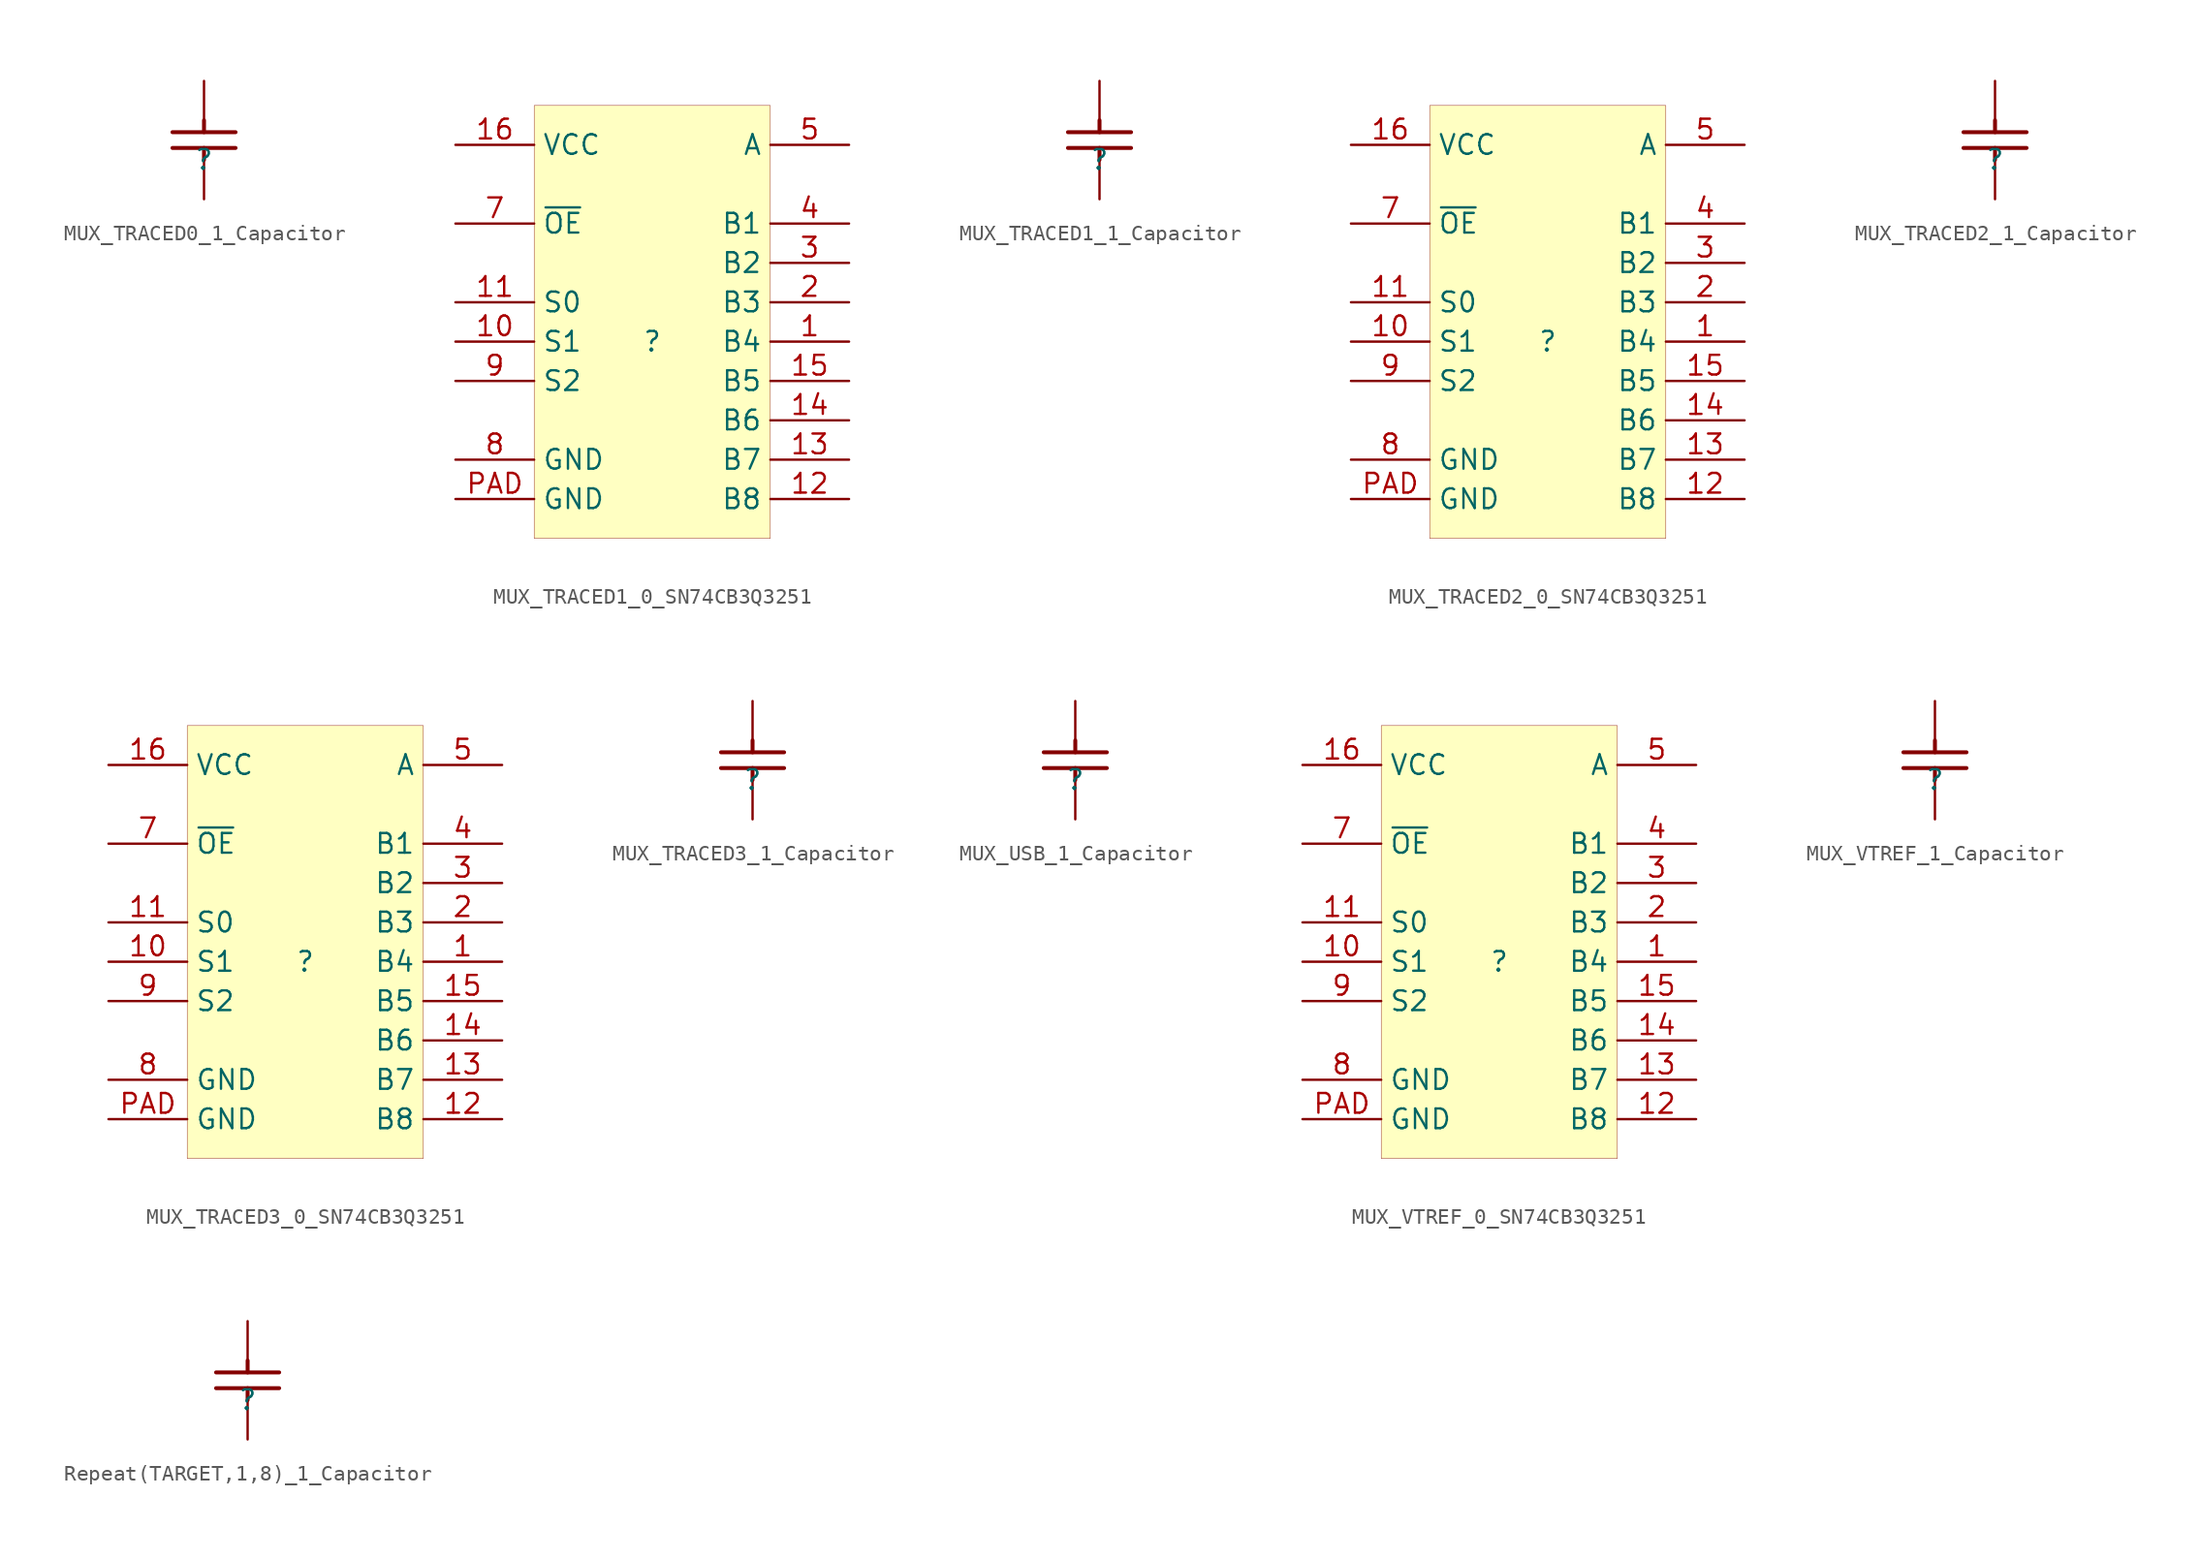
<source format=kicad_sym>
(kicad_symbol_lib
  (version 20231120)
  (generator "kicad_symbol_editor")
  (generator_version "8.0")
  (symbol "MUX_TRACED0_1_Capacitor"
    (property "Reference" ""
      (at 0 0 0)
      (effects (font (size 1.27 1.27))))
    (property "Value" ""
      (at 0 0 0)
      (effects (font (size 1.27 1.27))))
    (symbol "MUX_TRACED0_1_Capacitor_1_0"
      (polyline (pts (xy -2.032 0.762) (xy 2.032 0.762)) (stroke (width 0.254) (type solid)) (fill (type none)))
      (polyline (pts (xy 0 0) (xy 0 0.762)) (stroke (width 0.254) (type solid)) (fill (type none)))
      (polyline (pts (xy 0 1.778) (xy 0 2.54)) (stroke (width 0.254) (type solid)) (fill (type none)))
      (polyline (pts (xy 2.032 1.778) (xy -2.032 1.778)) (stroke (width 0.254) (type solid)) (fill (type none)))
      (pin passive line (at 0 -2.54 90) (length 2.54) (name "1" (effects (font (size 0 0)))) (number "1" (effects (font (size 0 0)))))
      (pin passive line (at 0 5.08 270) (length 2.54) (name "2" (effects (font (size 0 0)))) (number "2" (effects (font (size 0 0)))))))
  (symbol "MUX_TRACED1_0_SN74CB3Q3251"
    (property "Reference" ""
      (at 0 0 0)
      (effects (font (size 1.27 1.27))))
    (property "Value" ""
      (at 0 0 0)
      (effects (font (size 1.27 1.27))))
    (symbol "MUX_TRACED1_0_SN74CB3Q3251_1_0"
      (rectangle (start 7.62 15.24) (end -7.62 -12.7) (stroke (width 0.025) (type solid) (color 128 0 0 1)) (fill (type background)))
      (pin passive line (at 12.7 0 180) (length 5.08) (name "B4" (effects (font (size 1.27 1.27)))) (number "1" (effects (font (size 1.27 1.27)))))
      (pin passive line (at -12.7 0 0) (length 5.08) (name "S1" (effects (font (size 1.27 1.27)))) (number "10" (effects (font (size 1.27 1.27)))))
      (pin passive line (at -12.7 2.54 0) (length 5.08) (name "S0" (effects (font (size 1.27 1.27)))) (number "11" (effects (font (size 1.27 1.27)))))
      (pin passive line (at 12.7 -10.16 180) (length 5.08) (name "B8" (effects (font (size 1.27 1.27)))) (number "12" (effects (font (size 1.27 1.27)))))
      (pin passive line (at 12.7 -7.62 180) (length 5.08) (name "B7" (effects (font (size 1.27 1.27)))) (number "13" (effects (font (size 1.27 1.27)))))
      (pin passive line (at 12.7 -5.08 180) (length 5.08) (name "B6" (effects (font (size 1.27 1.27)))) (number "14" (effects (font (size 1.27 1.27)))))
      (pin passive line (at 12.7 -2.54 180) (length 5.08) (name "B5" (effects (font (size 1.27 1.27)))) (number "15" (effects (font (size 1.27 1.27)))))
      (pin passive line (at -12.7 12.7 0) (length 5.08) (name "VCC" (effects (font (size 1.27 1.27)))) (number "16" (effects (font (size 1.27 1.27)))))
      (pin passive line (at 12.7 2.54 180) (length 5.08) (name "B3" (effects (font (size 1.27 1.27)))) (number "2" (effects (font (size 1.27 1.27)))))
      (pin passive line (at 12.7 5.08 180) (length 5.08) (name "B2" (effects (font (size 1.27 1.27)))) (number "3" (effects (font (size 1.27 1.27)))))
      (pin passive line (at 12.7 7.62 180) (length 5.08) (name "B1" (effects (font (size 1.27 1.27)))) (number "4" (effects (font (size 1.27 1.27)))))
      (pin passive line (at 12.7 12.7 180) (length 5.08) (name "A" (effects (font (size 1.27 1.27)))) (number "5" (effects (font (size 1.27 1.27)))))
      (pin passive line (at -12.7 7.62 0) (length 5.08) (name "~{OE}" (effects (font (size 1.27 1.27)))) (number "7" (effects (font (size 1.27 1.27)))))
      (pin passive line (at -12.7 -7.62 0) (length 5.08) (name "GND" (effects (font (size 1.27 1.27)))) (number "8" (effects (font (size 1.27 1.27)))))
      (pin passive line (at -12.7 -2.54 0) (length 5.08) (name "S2" (effects (font (size 1.27 1.27)))) (number "9" (effects (font (size 1.27 1.27)))))
      (pin passive line (at -12.7 -10.16 0) (length 5.08) (name "GND" (effects (font (size 1.27 1.27)))) (number "PAD" (effects (font (size 1.27 1.27)))))))
  (symbol "MUX_TRACED1_1_Capacitor"
    (property "Reference" ""
      (at 0 0 0)
      (effects (font (size 1.27 1.27))))
    (property "Value" ""
      (at 0 0 0)
      (effects (font (size 1.27 1.27))))
    (symbol "MUX_TRACED1_1_Capacitor_1_0"
      (polyline (pts (xy -2.032 0.762) (xy 2.032 0.762)) (stroke (width 0.254) (type solid)) (fill (type none)))
      (polyline (pts (xy 0 0) (xy 0 0.762)) (stroke (width 0.254) (type solid)) (fill (type none)))
      (polyline (pts (xy 0 1.778) (xy 0 2.54)) (stroke (width 0.254) (type solid)) (fill (type none)))
      (polyline (pts (xy 2.032 1.778) (xy -2.032 1.778)) (stroke (width 0.254) (type solid)) (fill (type none)))
      (pin passive line (at 0 -2.54 90) (length 2.54) (name "1" (effects (font (size 0 0)))) (number "1" (effects (font (size 0 0)))))
      (pin passive line (at 0 5.08 270) (length 2.54) (name "2" (effects (font (size 0 0)))) (number "2" (effects (font (size 0 0)))))))
  (symbol "MUX_TRACED2_0_SN74CB3Q3251"
    (property "Reference" ""
      (at 0 0 0)
      (effects (font (size 1.27 1.27))))
    (property "Value" ""
      (at 0 0 0)
      (effects (font (size 1.27 1.27))))
    (symbol "MUX_TRACED2_0_SN74CB3Q3251_1_0"
      (rectangle (start 7.62 15.24) (end -7.62 -12.7) (stroke (width 0.025) (type solid) (color 128 0 0 1)) (fill (type background)))
      (pin passive line (at 12.7 0 180) (length 5.08) (name "B4" (effects (font (size 1.27 1.27)))) (number "1" (effects (font (size 1.27 1.27)))))
      (pin passive line (at -12.7 0 0) (length 5.08) (name "S1" (effects (font (size 1.27 1.27)))) (number "10" (effects (font (size 1.27 1.27)))))
      (pin passive line (at -12.7 2.54 0) (length 5.08) (name "S0" (effects (font (size 1.27 1.27)))) (number "11" (effects (font (size 1.27 1.27)))))
      (pin passive line (at 12.7 -10.16 180) (length 5.08) (name "B8" (effects (font (size 1.27 1.27)))) (number "12" (effects (font (size 1.27 1.27)))))
      (pin passive line (at 12.7 -7.62 180) (length 5.08) (name "B7" (effects (font (size 1.27 1.27)))) (number "13" (effects (font (size 1.27 1.27)))))
      (pin passive line (at 12.7 -5.08 180) (length 5.08) (name "B6" (effects (font (size 1.27 1.27)))) (number "14" (effects (font (size 1.27 1.27)))))
      (pin passive line (at 12.7 -2.54 180) (length 5.08) (name "B5" (effects (font (size 1.27 1.27)))) (number "15" (effects (font (size 1.27 1.27)))))
      (pin passive line (at -12.7 12.7 0) (length 5.08) (name "VCC" (effects (font (size 1.27 1.27)))) (number "16" (effects (font (size 1.27 1.27)))))
      (pin passive line (at 12.7 2.54 180) (length 5.08) (name "B3" (effects (font (size 1.27 1.27)))) (number "2" (effects (font (size 1.27 1.27)))))
      (pin passive line (at 12.7 5.08 180) (length 5.08) (name "B2" (effects (font (size 1.27 1.27)))) (number "3" (effects (font (size 1.27 1.27)))))
      (pin passive line (at 12.7 7.62 180) (length 5.08) (name "B1" (effects (font (size 1.27 1.27)))) (number "4" (effects (font (size 1.27 1.27)))))
      (pin passive line (at 12.7 12.7 180) (length 5.08) (name "A" (effects (font (size 1.27 1.27)))) (number "5" (effects (font (size 1.27 1.27)))))
      (pin passive line (at -12.7 7.62 0) (length 5.08) (name "~{OE}" (effects (font (size 1.27 1.27)))) (number "7" (effects (font (size 1.27 1.27)))))
      (pin passive line (at -12.7 -7.62 0) (length 5.08) (name "GND" (effects (font (size 1.27 1.27)))) (number "8" (effects (font (size 1.27 1.27)))))
      (pin passive line (at -12.7 -2.54 0) (length 5.08) (name "S2" (effects (font (size 1.27 1.27)))) (number "9" (effects (font (size 1.27 1.27)))))
      (pin passive line (at -12.7 -10.16 0) (length 5.08) (name "GND" (effects (font (size 1.27 1.27)))) (number "PAD" (effects (font (size 1.27 1.27)))))))
  (symbol "MUX_TRACED2_1_Capacitor"
    (property "Reference" ""
      (at 0 0 0)
      (effects (font (size 1.27 1.27))))
    (property "Value" ""
      (at 0 0 0)
      (effects (font (size 1.27 1.27))))
    (symbol "MUX_TRACED2_1_Capacitor_1_0"
      (polyline (pts (xy -2.032 0.762) (xy 2.032 0.762)) (stroke (width 0.254) (type solid)) (fill (type none)))
      (polyline (pts (xy 0 0) (xy 0 0.762)) (stroke (width 0.254) (type solid)) (fill (type none)))
      (polyline (pts (xy 0 1.778) (xy 0 2.54)) (stroke (width 0.254) (type solid)) (fill (type none)))
      (polyline (pts (xy 2.032 1.778) (xy -2.032 1.778)) (stroke (width 0.254) (type solid)) (fill (type none)))
      (pin passive line (at 0 -2.54 90) (length 2.54) (name "1" (effects (font (size 0 0)))) (number "1" (effects (font (size 0 0)))))
      (pin passive line (at 0 5.08 270) (length 2.54) (name "2" (effects (font (size 0 0)))) (number "2" (effects (font (size 0 0)))))))
  (symbol "MUX_TRACED3_0_SN74CB3Q3251"
    (property "Reference" ""
      (at 0 0 0)
      (effects (font (size 1.27 1.27))))
    (property "Value" ""
      (at 0 0 0)
      (effects (font (size 1.27 1.27))))
    (symbol "MUX_TRACED3_0_SN74CB3Q3251_1_0"
      (rectangle (start 7.62 15.24) (end -7.62 -12.7) (stroke (width 0.025) (type solid) (color 128 0 0 1)) (fill (type background)))
      (pin passive line (at 12.7 0 180) (length 5.08) (name "B4" (effects (font (size 1.27 1.27)))) (number "1" (effects (font (size 1.27 1.27)))))
      (pin passive line (at -12.7 0 0) (length 5.08) (name "S1" (effects (font (size 1.27 1.27)))) (number "10" (effects (font (size 1.27 1.27)))))
      (pin passive line (at -12.7 2.54 0) (length 5.08) (name "S0" (effects (font (size 1.27 1.27)))) (number "11" (effects (font (size 1.27 1.27)))))
      (pin passive line (at 12.7 -10.16 180) (length 5.08) (name "B8" (effects (font (size 1.27 1.27)))) (number "12" (effects (font (size 1.27 1.27)))))
      (pin passive line (at 12.7 -7.62 180) (length 5.08) (name "B7" (effects (font (size 1.27 1.27)))) (number "13" (effects (font (size 1.27 1.27)))))
      (pin passive line (at 12.7 -5.08 180) (length 5.08) (name "B6" (effects (font (size 1.27 1.27)))) (number "14" (effects (font (size 1.27 1.27)))))
      (pin passive line (at 12.7 -2.54 180) (length 5.08) (name "B5" (effects (font (size 1.27 1.27)))) (number "15" (effects (font (size 1.27 1.27)))))
      (pin passive line (at -12.7 12.7 0) (length 5.08) (name "VCC" (effects (font (size 1.27 1.27)))) (number "16" (effects (font (size 1.27 1.27)))))
      (pin passive line (at 12.7 2.54 180) (length 5.08) (name "B3" (effects (font (size 1.27 1.27)))) (number "2" (effects (font (size 1.27 1.27)))))
      (pin passive line (at 12.7 5.08 180) (length 5.08) (name "B2" (effects (font (size 1.27 1.27)))) (number "3" (effects (font (size 1.27 1.27)))))
      (pin passive line (at 12.7 7.62 180) (length 5.08) (name "B1" (effects (font (size 1.27 1.27)))) (number "4" (effects (font (size 1.27 1.27)))))
      (pin passive line (at 12.7 12.7 180) (length 5.08) (name "A" (effects (font (size 1.27 1.27)))) (number "5" (effects (font (size 1.27 1.27)))))
      (pin passive line (at -12.7 7.62 0) (length 5.08) (name "~{OE}" (effects (font (size 1.27 1.27)))) (number "7" (effects (font (size 1.27 1.27)))))
      (pin passive line (at -12.7 -7.62 0) (length 5.08) (name "GND" (effects (font (size 1.27 1.27)))) (number "8" (effects (font (size 1.27 1.27)))))
      (pin passive line (at -12.7 -2.54 0) (length 5.08) (name "S2" (effects (font (size 1.27 1.27)))) (number "9" (effects (font (size 1.27 1.27)))))
      (pin passive line (at -12.7 -10.16 0) (length 5.08) (name "GND" (effects (font (size 1.27 1.27)))) (number "PAD" (effects (font (size 1.27 1.27)))))))
  (symbol "MUX_TRACED3_1_Capacitor"
    (property "Reference" ""
      (at 0 0 0)
      (effects (font (size 1.27 1.27))))
    (property "Value" ""
      (at 0 0 0)
      (effects (font (size 1.27 1.27))))
    (symbol "MUX_TRACED3_1_Capacitor_1_0"
      (polyline (pts (xy -2.032 0.762) (xy 2.032 0.762)) (stroke (width 0.254) (type solid)) (fill (type none)))
      (polyline (pts (xy 0 0) (xy 0 0.762)) (stroke (width 0.254) (type solid)) (fill (type none)))
      (polyline (pts (xy 0 1.778) (xy 0 2.54)) (stroke (width 0.254) (type solid)) (fill (type none)))
      (polyline (pts (xy 2.032 1.778) (xy -2.032 1.778)) (stroke (width 0.254) (type solid)) (fill (type none)))
      (pin passive line (at 0 -2.54 90) (length 2.54) (name "1" (effects (font (size 0 0)))) (number "1" (effects (font (size 0 0)))))
      (pin passive line (at 0 5.08 270) (length 2.54) (name "2" (effects (font (size 0 0)))) (number "2" (effects (font (size 0 0)))))))
  (symbol "MUX_USB_1_Capacitor"
    (property "Reference" ""
      (at 0 0 0)
      (effects (font (size 1.27 1.27))))
    (property "Value" ""
      (at 0 0 0)
      (effects (font (size 1.27 1.27))))
    (symbol "MUX_USB_1_Capacitor_1_0"
      (polyline (pts (xy -2.032 0.762) (xy 2.032 0.762)) (stroke (width 0.254) (type solid)) (fill (type none)))
      (polyline (pts (xy 0 0) (xy 0 0.762)) (stroke (width 0.254) (type solid)) (fill (type none)))
      (polyline (pts (xy 0 1.778) (xy 0 2.54)) (stroke (width 0.254) (type solid)) (fill (type none)))
      (polyline (pts (xy 2.032 1.778) (xy -2.032 1.778)) (stroke (width 0.254) (type solid)) (fill (type none)))
      (pin passive line (at 0 -2.54 90) (length 2.54) (name "1" (effects (font (size 0 0)))) (number "1" (effects (font (size 0 0)))))
      (pin passive line (at 0 5.08 270) (length 2.54) (name "2" (effects (font (size 0 0)))) (number "2" (effects (font (size 0 0)))))))
  (symbol "MUX_VTREF_0_SN74CB3Q3251"
    (property "Reference" ""
      (at 0 0 0)
      (effects (font (size 1.27 1.27))))
    (property "Value" ""
      (at 0 0 0)
      (effects (font (size 1.27 1.27))))
    (symbol "MUX_VTREF_0_SN74CB3Q3251_1_0"
      (rectangle (start 7.62 15.24) (end -7.62 -12.7) (stroke (width 0.025) (type solid) (color 128 0 0 1)) (fill (type background)))
      (pin passive line (at 12.7 0 180) (length 5.08) (name "B4" (effects (font (size 1.27 1.27)))) (number "1" (effects (font (size 1.27 1.27)))))
      (pin passive line (at -12.7 0 0) (length 5.08) (name "S1" (effects (font (size 1.27 1.27)))) (number "10" (effects (font (size 1.27 1.27)))))
      (pin passive line (at -12.7 2.54 0) (length 5.08) (name "S0" (effects (font (size 1.27 1.27)))) (number "11" (effects (font (size 1.27 1.27)))))
      (pin passive line (at 12.7 -10.16 180) (length 5.08) (name "B8" (effects (font (size 1.27 1.27)))) (number "12" (effects (font (size 1.27 1.27)))))
      (pin passive line (at 12.7 -7.62 180) (length 5.08) (name "B7" (effects (font (size 1.27 1.27)))) (number "13" (effects (font (size 1.27 1.27)))))
      (pin passive line (at 12.7 -5.08 180) (length 5.08) (name "B6" (effects (font (size 1.27 1.27)))) (number "14" (effects (font (size 1.27 1.27)))))
      (pin passive line (at 12.7 -2.54 180) (length 5.08) (name "B5" (effects (font (size 1.27 1.27)))) (number "15" (effects (font (size 1.27 1.27)))))
      (pin passive line (at -12.7 12.7 0) (length 5.08) (name "VCC" (effects (font (size 1.27 1.27)))) (number "16" (effects (font (size 1.27 1.27)))))
      (pin passive line (at 12.7 2.54 180) (length 5.08) (name "B3" (effects (font (size 1.27 1.27)))) (number "2" (effects (font (size 1.27 1.27)))))
      (pin passive line (at 12.7 5.08 180) (length 5.08) (name "B2" (effects (font (size 1.27 1.27)))) (number "3" (effects (font (size 1.27 1.27)))))
      (pin passive line (at 12.7 7.62 180) (length 5.08) (name "B1" (effects (font (size 1.27 1.27)))) (number "4" (effects (font (size 1.27 1.27)))))
      (pin passive line (at 12.7 12.7 180) (length 5.08) (name "A" (effects (font (size 1.27 1.27)))) (number "5" (effects (font (size 1.27 1.27)))))
      (pin passive line (at -12.7 7.62 0) (length 5.08) (name "~{OE}" (effects (font (size 1.27 1.27)))) (number "7" (effects (font (size 1.27 1.27)))))
      (pin passive line (at -12.7 -7.62 0) (length 5.08) (name "GND" (effects (font (size 1.27 1.27)))) (number "8" (effects (font (size 1.27 1.27)))))
      (pin passive line (at -12.7 -2.54 0) (length 5.08) (name "S2" (effects (font (size 1.27 1.27)))) (number "9" (effects (font (size 1.27 1.27)))))
      (pin passive line (at -12.7 -10.16 0) (length 5.08) (name "GND" (effects (font (size 1.27 1.27)))) (number "PAD" (effects (font (size 1.27 1.27)))))))
  (symbol "MUX_VTREF_1_Capacitor"
    (property "Reference" ""
      (at 0 0 0)
      (effects (font (size 1.27 1.27))))
    (property "Value" ""
      (at 0 0 0)
      (effects (font (size 1.27 1.27))))
    (symbol "MUX_VTREF_1_Capacitor_1_0"
      (polyline (pts (xy -2.032 0.762) (xy 2.032 0.762)) (stroke (width 0.254) (type solid)) (fill (type none)))
      (polyline (pts (xy 0 0) (xy 0 0.762)) (stroke (width 0.254) (type solid)) (fill (type none)))
      (polyline (pts (xy 0 1.778) (xy 0 2.54)) (stroke (width 0.254) (type solid)) (fill (type none)))
      (polyline (pts (xy 2.032 1.778) (xy -2.032 1.778)) (stroke (width 0.254) (type solid)) (fill (type none)))
      (pin passive line (at 0 -2.54 90) (length 2.54) (name "1" (effects (font (size 0 0)))) (number "1" (effects (font (size 0 0)))))
      (pin passive line (at 0 5.08 270) (length 2.54) (name "2" (effects (font (size 0 0)))) (number "2" (effects (font (size 0 0)))))))
  (symbol "Repeat(TARGET,1,8)_1_Capacitor"
    (property "Reference" ""
      (at 0 0 0)
      (effects (font (size 1.27 1.27))))
    (property "Value" ""
      (at 0 0 0)
      (effects (font (size 1.27 1.27))))
    (symbol "Repeat(TARGET,1,8)_1_Capacitor_1_0"
      (polyline (pts (xy -2.032 0.762) (xy 2.032 0.762)) (stroke (width 0.254) (type solid)) (fill (type none)))
      (polyline (pts (xy 0 0) (xy 0 0.762)) (stroke (width 0.254) (type solid)) (fill (type none)))
      (polyline (pts (xy 0 1.778) (xy 0 2.54)) (stroke (width 0.254) (type solid)) (fill (type none)))
      (polyline (pts (xy 2.032 1.778) (xy -2.032 1.778)) (stroke (width 0.254) (type solid)) (fill (type none)))
      (pin passive line (at 0 -2.54 90) (length 2.54) (name "1" (effects (font (size 0 0)))) (number "1" (effects (font (size 0 0)))))
      (pin passive line (at 0 5.08 270) (length 2.54) (name "2" (effects (font (size 0 0)))) (number "2" (effects (font (size 0 0))))))))
</source>
